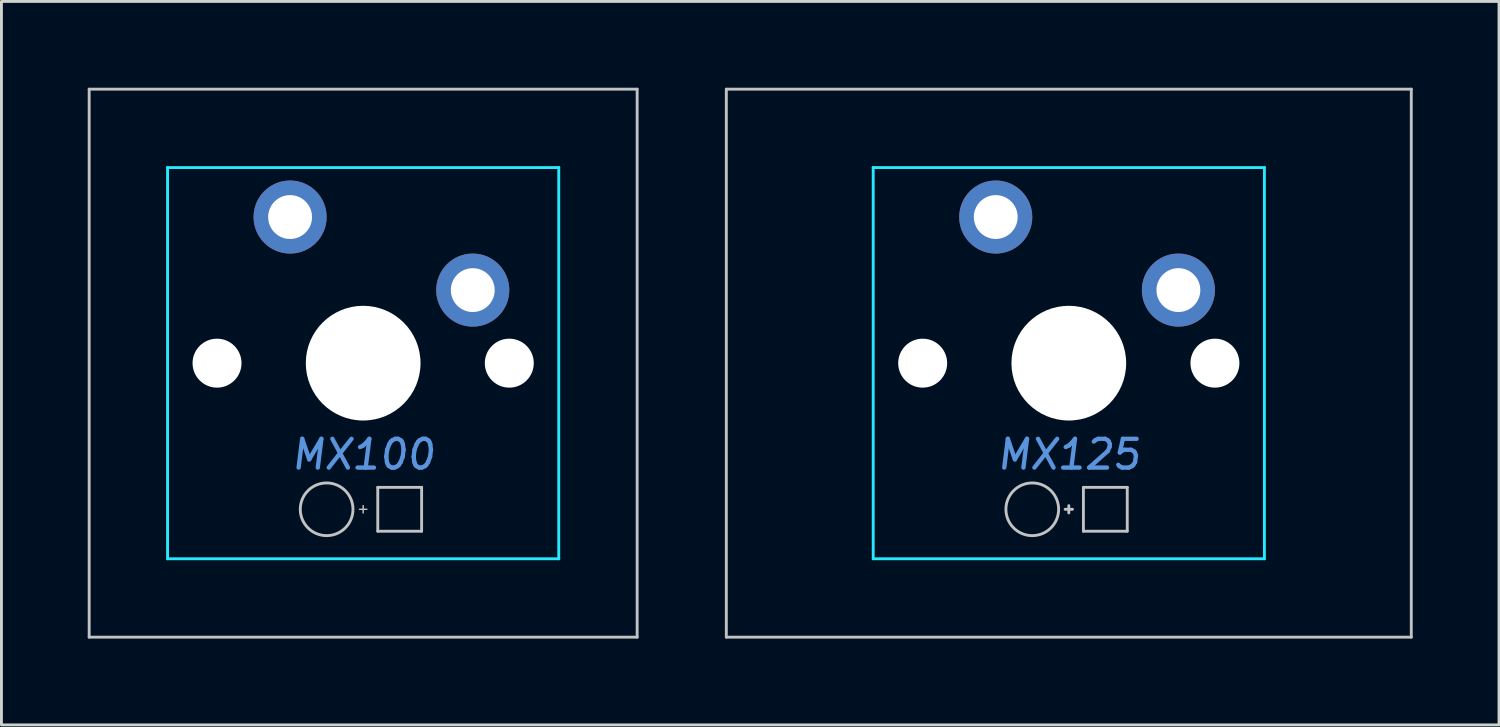
<source format=kicad_pcb>
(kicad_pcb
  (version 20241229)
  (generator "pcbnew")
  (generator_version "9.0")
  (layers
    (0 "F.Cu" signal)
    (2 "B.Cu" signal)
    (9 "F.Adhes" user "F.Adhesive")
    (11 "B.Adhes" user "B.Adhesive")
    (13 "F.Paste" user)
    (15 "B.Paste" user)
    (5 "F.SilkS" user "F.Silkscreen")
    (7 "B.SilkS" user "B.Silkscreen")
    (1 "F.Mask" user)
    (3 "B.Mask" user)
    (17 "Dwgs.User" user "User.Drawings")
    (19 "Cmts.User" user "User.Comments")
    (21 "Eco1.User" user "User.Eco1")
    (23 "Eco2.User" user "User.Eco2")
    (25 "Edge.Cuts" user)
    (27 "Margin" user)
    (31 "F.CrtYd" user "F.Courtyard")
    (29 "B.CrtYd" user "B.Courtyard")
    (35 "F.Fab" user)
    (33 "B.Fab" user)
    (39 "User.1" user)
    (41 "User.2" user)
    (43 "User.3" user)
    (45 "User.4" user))
  (footprint "MX100"
    (layer "F.Cu")
    (at 9.575 9.575)
    (property "Reference" "MX100" (at 0 3.175 0) (layer "Cmts.User") (effects (font (size 1 1) (thickness 0.15) (italic yes))))
    (attr through_hole)
    (fp_line (start -9.525 -9.525) (end 9.525 -9.525) (stroke (width 0.1) (type solid)) (layer "Dwgs.User"))
    (fp_line (start -9.525 9.525) (end -9.525 -9.525) (stroke (width 0.1) (type solid)) (layer "Dwgs.User"))
    (fp_line (start -0.127 5.08) (end 0.127 5.08) (stroke (width 0.05) (type solid)) (layer "Dwgs.User"))
    (fp_line (start 0 4.953) (end 0 5.207) (stroke (width 0.05) (type solid)) (layer "Dwgs.User"))
    (fp_line (start 0.508 4.318) (end 0.508 5.842) (stroke (width 0.1) (type solid)) (layer "Dwgs.User"))
    (fp_line (start 0.508 4.318) (end 2.032 4.318) (stroke (width 0.1) (type solid)) (layer "Dwgs.User"))
    (fp_line (start 2.032 5.842) (end 0.508 5.842) (stroke (width 0.1) (type solid)) (layer "Dwgs.User"))
    (fp_line (start 2.032 5.842) (end 2.032 4.318) (stroke (width 0.1) (type solid)) (layer "Dwgs.User"))
    (fp_line (start 9.525 -9.525) (end 9.525 9.525) (stroke (width 0.1) (type solid)) (layer "Dwgs.User"))
    (fp_line (start 9.525 9.525) (end -9.525 9.525) (stroke (width 0.1) (type solid)) (layer "Dwgs.User"))
    (fp_circle (center -1.27 5.08) (end -0.354 5.08) (stroke (width 0.1) (type solid)) (fill no) (layer "Dwgs.User"))
    (fp_line (start -8.001 -5.715) (end -8.001 -3.175) (stroke (width 0.1) (type solid)) (layer "Eco1.User"))
    (fp_line (start -8.001 5.715) (end -8.001 3.175) (stroke (width 0.1) (type solid)) (layer "Eco1.User"))
    (fp_line (start -7.747 -5.969) (end -7.239 -5.969) (stroke (width 0.1) (type solid)) (layer "Eco1.User"))
    (fp_line (start -7.747 -2.921) (end -7.239 -2.921) (stroke (width 0.1) (type solid)) (layer "Eco1.User"))
    (fp_line (start -7.747 2.921) (end -7.239 2.921) (stroke (width 0.1) (type solid)) (layer "Eco1.User"))
    (fp_line (start -7.747 5.969) (end -7.239 5.969) (stroke (width 0.1) (type solid)) (layer "Eco1.User"))
    (fp_line (start -6.985 -6.223) (end -6.985 -6.731) (stroke (width 0.1) (type solid)) (layer "Eco1.User"))
    (fp_line (start -6.985 -2.667) (end -6.985 2.667) (stroke (width 0.1) (type solid)) (layer "Eco1.User"))
    (fp_line (start -6.985 6.223) (end -6.985 6.731) (stroke (width 0.1) (type solid)) (layer "Eco1.User"))
    (fp_line (start -2.159 0) (end 2.159 0) (stroke (width 0.1) (type solid)) (layer "Eco1.User"))
    (fp_line (start 0 -2.286) (end 0 2.286) (stroke (width 0.1) (type solid)) (layer "Eco1.User"))
    (fp_line (start 6.731 -6.985) (end -6.731 -6.985) (stroke (width 0.1) (type solid)) (layer "Eco1.User"))
    (fp_line (start 6.731 6.985) (end -6.731 6.985) (stroke (width 0.1) (type solid)) (layer "Eco1.User"))
    (fp_line (start 6.985 -6.223) (end 6.985 -6.731) (stroke (width 0.1) (type solid)) (layer "Eco1.User"))
    (fp_line (start 6.985 2.667) (end 6.985 -2.667) (stroke (width 0.1) (type solid)) (layer "Eco1.User"))
    (fp_line (start 6.985 6.223) (end 6.985 6.731) (stroke (width 0.1) (type solid)) (layer "Eco1.User"))
    (fp_line (start 7.747 -5.969) (end 7.239 -5.969) (stroke (width 0.1) (type solid)) (layer "Eco1.User"))
    (fp_line (start 7.747 -2.921) (end 7.239 -2.921) (stroke (width 0.1) (type solid)) (layer "Eco1.User"))
    (fp_line (start 7.747 2.921) (end 7.239 2.921) (stroke (width 0.1) (type solid)) (layer "Eco1.User"))
    (fp_line (start 7.747 5.969) (end 7.239 5.969) (stroke (width 0.1) (type solid)) (layer "Eco1.User"))
    (fp_line (start 8.001 -5.715) (end 8.001 -3.175) (stroke (width 0.1) (type solid)) (layer "Eco1.User"))
    (fp_line (start 8.001 5.715) (end 8.001 3.175) (stroke (width 0.1) (type solid)) (layer "Eco1.User"))
    (fp_arc (start -8.001 -5.715) (mid -7.926605 -5.894605) (end -7.747 -5.969) (stroke (width 0.1) (type solid)) (layer "Eco1.User"))
    (fp_arc (start -8.001 3.175) (mid -7.926605 2.995395) (end -7.747 2.921) (stroke (width 0.1) (type solid)) (layer "Eco1.User"))
    (fp_arc (start -7.747 -2.921) (mid -7.926605 -2.995395) (end -8.001 -3.175) (stroke (width 0.1) (type solid)) (layer "Eco1.User"))
    (fp_arc (start -7.747 5.969) (mid -7.926605 5.894605) (end -8.001 5.715) (stroke (width 0.1) (type solid)) (layer "Eco1.User"))
    (fp_arc (start -7.239 -2.921) (mid -7.059395 -2.846605) (end -6.985 -2.667) (stroke (width 0.1) (type solid)) (layer "Eco1.User"))
    (fp_arc (start -7.239 5.969) (mid -7.059395 6.043395) (end -6.985 6.223) (stroke (width 0.1) (type solid)) (layer "Eco1.User"))
    (fp_arc (start -6.985 -6.731) (mid -6.910605 -6.910605) (end -6.731 -6.985) (stroke (width 0.1) (type solid)) (layer "Eco1.User"))
    (fp_arc (start -6.985 -6.223) (mid -7.059395 -6.043395) (end -7.239 -5.969) (stroke (width 0.1) (type solid)) (layer "Eco1.User"))
    (fp_arc (start -6.985 2.667) (mid -7.059395 2.846605) (end -7.239 2.921) (stroke (width 0.1) (type solid)) (layer "Eco1.User"))
    (fp_arc (start -6.731 6.985) (mid -6.910605 6.910605) (end -6.985 6.731) (stroke (width 0.1) (type solid)) (layer "Eco1.User"))
    (fp_arc (start 6.731 -6.985) (mid 6.910605 -6.910605) (end 6.985 -6.731) (stroke (width 0.1) (type solid)) (layer "Eco1.User"))
    (fp_arc (start 6.985 -2.667) (mid 7.059395 -2.846605) (end 7.239 -2.921) (stroke (width 0.1) (type solid)) (layer "Eco1.User"))
    (fp_arc (start 6.985 6.223) (mid 7.059395 6.043395) (end 7.239 5.969) (stroke (width 0.1) (type solid)) (layer "Eco1.User"))
    (fp_arc (start 6.985 6.731) (mid 6.910605 6.910605) (end 6.731 6.985) (stroke (width 0.1) (type solid)) (layer "Eco1.User"))
    (fp_arc (start 7.239 -5.969) (mid 7.059395 -6.043395) (end 6.985 -6.223) (stroke (width 0.1) (type solid)) (layer "Eco1.User"))
    (fp_arc (start 7.239 2.921) (mid 7.059395 2.846605) (end 6.985 2.667) (stroke (width 0.1) (type solid)) (layer "Eco1.User"))
    (fp_arc (start 7.747 -5.969) (mid 7.926605 -5.894605) (end 8.001 -5.715) (stroke (width 0.1) (type solid)) (layer "Eco1.User"))
    (fp_arc (start 7.747 2.921) (mid 7.926605 2.995395) (end 8.001 3.175) (stroke (width 0.1) (type solid)) (layer "Eco1.User"))
    (fp_arc (start 8.001 -3.175) (mid 7.926605 -2.995395) (end 7.747 -2.921) (stroke (width 0.1) (type solid)) (layer "Eco1.User"))
    (fp_arc (start 8.001 5.715) (mid 7.926605 5.894605) (end 7.747 5.969) (stroke (width 0.1) (type solid)) (layer "Eco1.User"))
    (fp_circle (center 0 0) (end 1.905 0) (stroke (width 0.1) (type solid)) (fill no) (layer "Eco1.User"))
    (fp_line (start -6.8 -6.8) (end -6.8 6.8) (stroke (width 0.1) (type solid)) (layer "B.CrtYd"))
    (fp_line (start -6.8 -6.8) (end 6.8 -6.8) (stroke (width 0.1) (type solid)) (layer "B.CrtYd"))
    (fp_line (start -6.8 6.8) (end 6.8 6.8) (stroke (width 0.1) (type solid)) (layer "B.CrtYd"))
    (fp_line (start 6.8 -6.8) (end 6.8 6.8) (stroke (width 0.1) (type solid)) (layer "B.CrtYd"))
    (pad "" np_thru_hole circle (at -5.08 0) (size 1.702 1.702) (drill 1.702) (layers "*.Cu" "*.Mask"))
    (pad "" np_thru_hole circle (at 0 0) (size 3.988 3.988) (drill 3.988) (layers "*.Cu" "*.Mask"))
    (pad "" np_thru_hole circle (at 5.08 0) (size 1.702 1.702) (drill 1.702) (layers "*.Cu" "*.Mask"))
    (pad "1" thru_hole circle (at -2.54 -5.08) (size 2.54 2.54) (drill 1.525) (layers "*.Cu" "*.Mask"))
    (pad "2" thru_hole circle (at 3.81 -2.54 90) (size 2.54 2.54) (drill 1.525) (layers "*.Cu" "*.Mask")))
  (footprint "MX125"
    (layer "F.Cu")
    (at 34.106 9.575)
    (property "Reference" "MX125" (at 0 3.175 0) (layer "Cmts.User") (effects (font (size 1 1) (thickness 0.15) (italic yes))))
    (attr through_hole)
    (fp_line (start -11.906 -9.525) (end -11.906 9.525) (stroke (width 0.1) (type solid)) (layer "Dwgs.User"))
    (fp_line (start -11.906 -9.525) (end 11.906 -9.525) (stroke (width 0.1) (type solid)) (layer "Dwgs.User"))
    (fp_line (start -11.906 9.525) (end 11.906 9.525) (stroke (width 0.1) (type solid)) (layer "Dwgs.User"))
    (fp_line (start -0.127 5.08) (end 0.127 5.08) (stroke (width 0.1) (type solid)) (layer "Dwgs.User"))
    (fp_line (start 0 4.953) (end 0 5.207) (stroke (width 0.1) (type solid)) (layer "Dwgs.User"))
    (fp_line (start 0.508 4.318) (end 2.032 4.318) (stroke (width 0.1) (type solid)) (layer "Dwgs.User"))
    (fp_line (start 0.508 5.842) (end 0.508 4.318) (stroke (width 0.1) (type solid)) (layer "Dwgs.User"))
    (fp_line (start 2.032 4.318) (end 2.032 5.842) (stroke (width 0.1) (type solid)) (layer "Dwgs.User"))
    (fp_line (start 2.032 5.842) (end 0.508 5.842) (stroke (width 0.1) (type solid)) (layer "Dwgs.User"))
    (fp_line (start 11.906 -9.525) (end 11.906 9.525) (stroke (width 0.1) (type solid)) (layer "Dwgs.User"))
    (fp_circle (center -1.27 5.08) (end -0.354 5.08) (stroke (width 0.1) (type solid)) (fill no) (layer "Dwgs.User"))
    (fp_line (start -8.001 -5.715) (end -8.001 -3.175) (stroke (width 0.1) (type solid)) (layer "Eco1.User"))
    (fp_line (start -8.001 5.715) (end -8.001 3.175) (stroke (width 0.1) (type solid)) (layer "Eco1.User"))
    (fp_line (start -7.747 -5.969) (end -7.239 -5.969) (stroke (width 0.1) (type solid)) (layer "Eco1.User"))
    (fp_line (start -7.747 -2.921) (end -7.239 -2.921) (stroke (width 0.1) (type solid)) (layer "Eco1.User"))
    (fp_line (start -7.747 2.921) (end -7.239 2.921) (stroke (width 0.1) (type solid)) (layer "Eco1.User"))
    (fp_line (start -7.747 5.969) (end -7.239 5.969) (stroke (width 0.1) (type solid)) (layer "Eco1.User"))
    (fp_line (start -6.985 -6.223) (end -6.985 -6.731) (stroke (width 0.1) (type solid)) (layer "Eco1.User"))
    (fp_line (start -6.985 -2.667) (end -6.985 2.667) (stroke (width 0.1) (type solid)) (layer "Eco1.User"))
    (fp_line (start -6.985 6.223) (end -6.985 6.731) (stroke (width 0.1) (type solid)) (layer "Eco1.User"))
    (fp_line (start -2.159 0) (end 2.159 0) (stroke (width 0.1) (type solid)) (layer "Eco1.User"))
    (fp_line (start 0 -2.286) (end 0 2.286) (stroke (width 0.1) (type solid)) (layer "Eco1.User"))
    (fp_line (start 6.731 -6.985) (end -6.731 -6.985) (stroke (width 0.1) (type solid)) (layer "Eco1.User"))
    (fp_line (start 6.731 6.985) (end -6.731 6.985) (stroke (width 0.1) (type solid)) (layer "Eco1.User"))
    (fp_line (start 6.985 -6.223) (end 6.985 -6.731) (stroke (width 0.1) (type solid)) (layer "Eco1.User"))
    (fp_line (start 6.985 2.667) (end 6.985 -2.667) (stroke (width 0.1) (type solid)) (layer "Eco1.User"))
    (fp_line (start 6.985 6.223) (end 6.985 6.731) (stroke (width 0.1) (type solid)) (layer "Eco1.User"))
    (fp_line (start 7.747 -5.969) (end 7.239 -5.969) (stroke (width 0.1) (type solid)) (layer "Eco1.User"))
    (fp_line (start 7.747 -2.921) (end 7.239 -2.921) (stroke (width 0.1) (type solid)) (layer "Eco1.User"))
    (fp_line (start 7.747 2.921) (end 7.239 2.921) (stroke (width 0.1) (type solid)) (layer "Eco1.User"))
    (fp_line (start 7.747 5.969) (end 7.239 5.969) (stroke (width 0.1) (type solid)) (layer "Eco1.User"))
    (fp_line (start 8.001 -5.715) (end 8.001 -3.175) (stroke (width 0.1) (type solid)) (layer "Eco1.User"))
    (fp_line (start 8.001 5.715) (end 8.001 3.175) (stroke (width 0.1) (type solid)) (layer "Eco1.User"))
    (fp_arc (start -8.001 -5.715) (mid -7.926605 -5.894605) (end -7.747 -5.969) (stroke (width 0.1) (type solid)) (layer "Eco1.User"))
    (fp_arc (start -8.001 3.175) (mid -7.926605 2.995395) (end -7.747 2.921) (stroke (width 0.1) (type solid)) (layer "Eco1.User"))
    (fp_arc (start -7.747 -2.921) (mid -7.926605 -2.995395) (end -8.001 -3.175) (stroke (width 0.1) (type solid)) (layer "Eco1.User"))
    (fp_arc (start -7.747 5.969) (mid -7.926605 5.894605) (end -8.001 5.715) (stroke (width 0.1) (type solid)) (layer "Eco1.User"))
    (fp_arc (start -7.239 -2.921) (mid -7.059395 -2.846605) (end -6.985 -2.667) (stroke (width 0.1) (type solid)) (layer "Eco1.User"))
    (fp_arc (start -7.239 5.969) (mid -7.059395 6.043395) (end -6.985 6.223) (stroke (width 0.1) (type solid)) (layer "Eco1.User"))
    (fp_arc (start -6.985 -6.731) (mid -6.910605 -6.910605) (end -6.731 -6.985) (stroke (width 0.1) (type solid)) (layer "Eco1.User"))
    (fp_arc (start -6.985 -6.223) (mid -7.059395 -6.043395) (end -7.239 -5.969) (stroke (width 0.1) (type solid)) (layer "Eco1.User"))
    (fp_arc (start -6.985 2.667) (mid -7.059395 2.846605) (end -7.239 2.921) (stroke (width 0.1) (type solid)) (layer "Eco1.User"))
    (fp_arc (start -6.731 6.985) (mid -6.910605 6.910605) (end -6.985 6.731) (stroke (width 0.1) (type solid)) (layer "Eco1.User"))
    (fp_arc (start 6.731 -6.985) (mid 6.910605 -6.910605) (end 6.985 -6.731) (stroke (width 0.1) (type solid)) (layer "Eco1.User"))
    (fp_arc (start 6.985 -2.667) (mid 7.059395 -2.846605) (end 7.239 -2.921) (stroke (width 0.1) (type solid)) (layer "Eco1.User"))
    (fp_arc (start 6.985 6.223) (mid 7.059395 6.043395) (end 7.239 5.969) (stroke (width 0.1) (type solid)) (layer "Eco1.User"))
    (fp_arc (start 6.985 6.731) (mid 6.910605 6.910605) (end 6.731 6.985) (stroke (width 0.1) (type solid)) (layer "Eco1.User"))
    (fp_arc (start 7.239 -5.969) (mid 7.059395 -6.043395) (end 6.985 -6.223) (stroke (width 0.1) (type solid)) (layer "Eco1.User"))
    (fp_arc (start 7.239 2.921) (mid 7.059395 2.846605) (end 6.985 2.667) (stroke (width 0.1) (type solid)) (layer "Eco1.User"))
    (fp_arc (start 7.747 -5.969) (mid 7.926605 -5.894605) (end 8.001 -5.715) (stroke (width 0.1) (type solid)) (layer "Eco1.User"))
    (fp_arc (start 7.747 2.921) (mid 7.926605 2.995395) (end 8.001 3.175) (stroke (width 0.1) (type solid)) (layer "Eco1.User"))
    (fp_arc (start 8.001 -3.175) (mid 7.926605 -2.995395) (end 7.747 -2.921) (stroke (width 0.1) (type solid)) (layer "Eco1.User"))
    (fp_arc (start 8.001 5.715) (mid 7.926605 5.894605) (end 7.747 5.969) (stroke (width 0.1) (type solid)) (layer "Eco1.User"))
    (fp_circle (center 0 0) (end 1.905 0) (stroke (width 0.1) (type solid)) (fill no) (layer "Eco1.User"))
    (fp_line (start -6.8 -6.8) (end -6.8 6.8) (stroke (width 0.1) (type solid)) (layer "B.CrtYd"))
    (fp_line (start -6.8 -6.8) (end 6.8 -6.8) (stroke (width 0.1) (type solid)) (layer "B.CrtYd"))
    (fp_line (start -6.8 6.8) (end 6.8 6.8) (stroke (width 0.1) (type solid)) (layer "B.CrtYd"))
    (fp_line (start 6.8 6.8) (end 6.8 -6.8) (stroke (width 0.1) (type solid)) (layer "B.CrtYd"))
    (pad "" np_thru_hole circle (at -5.08 0) (size 1.702 1.702) (drill 1.702) (layers "*.Cu" "*.Mask"))
    (pad "" np_thru_hole circle (at 0 0) (size 3.988 3.988) (drill 3.988) (layers "*.Cu" "*.Mask"))
    (pad "" np_thru_hole circle (at 5.08 0) (size 1.702 1.702) (drill 1.702) (layers "*.Cu" "*.Mask"))
    (pad "1" thru_hole circle (at -2.54 -5.08) (size 2.54 2.54) (drill 1.524) (layers "*.Cu" "*.Mask"))
    (pad "2" thru_hole circle (at 3.81 -2.54) (size 2.54 2.54) (drill 1.524) (layers "*.Cu" "*.Mask")))
  (gr_rect
    (start -3 -3)
    (end 49.062 22.15)
    (stroke (width 0.1) (type default))
    (fill no)
    (layer "Edge.Cuts")))
</source>
